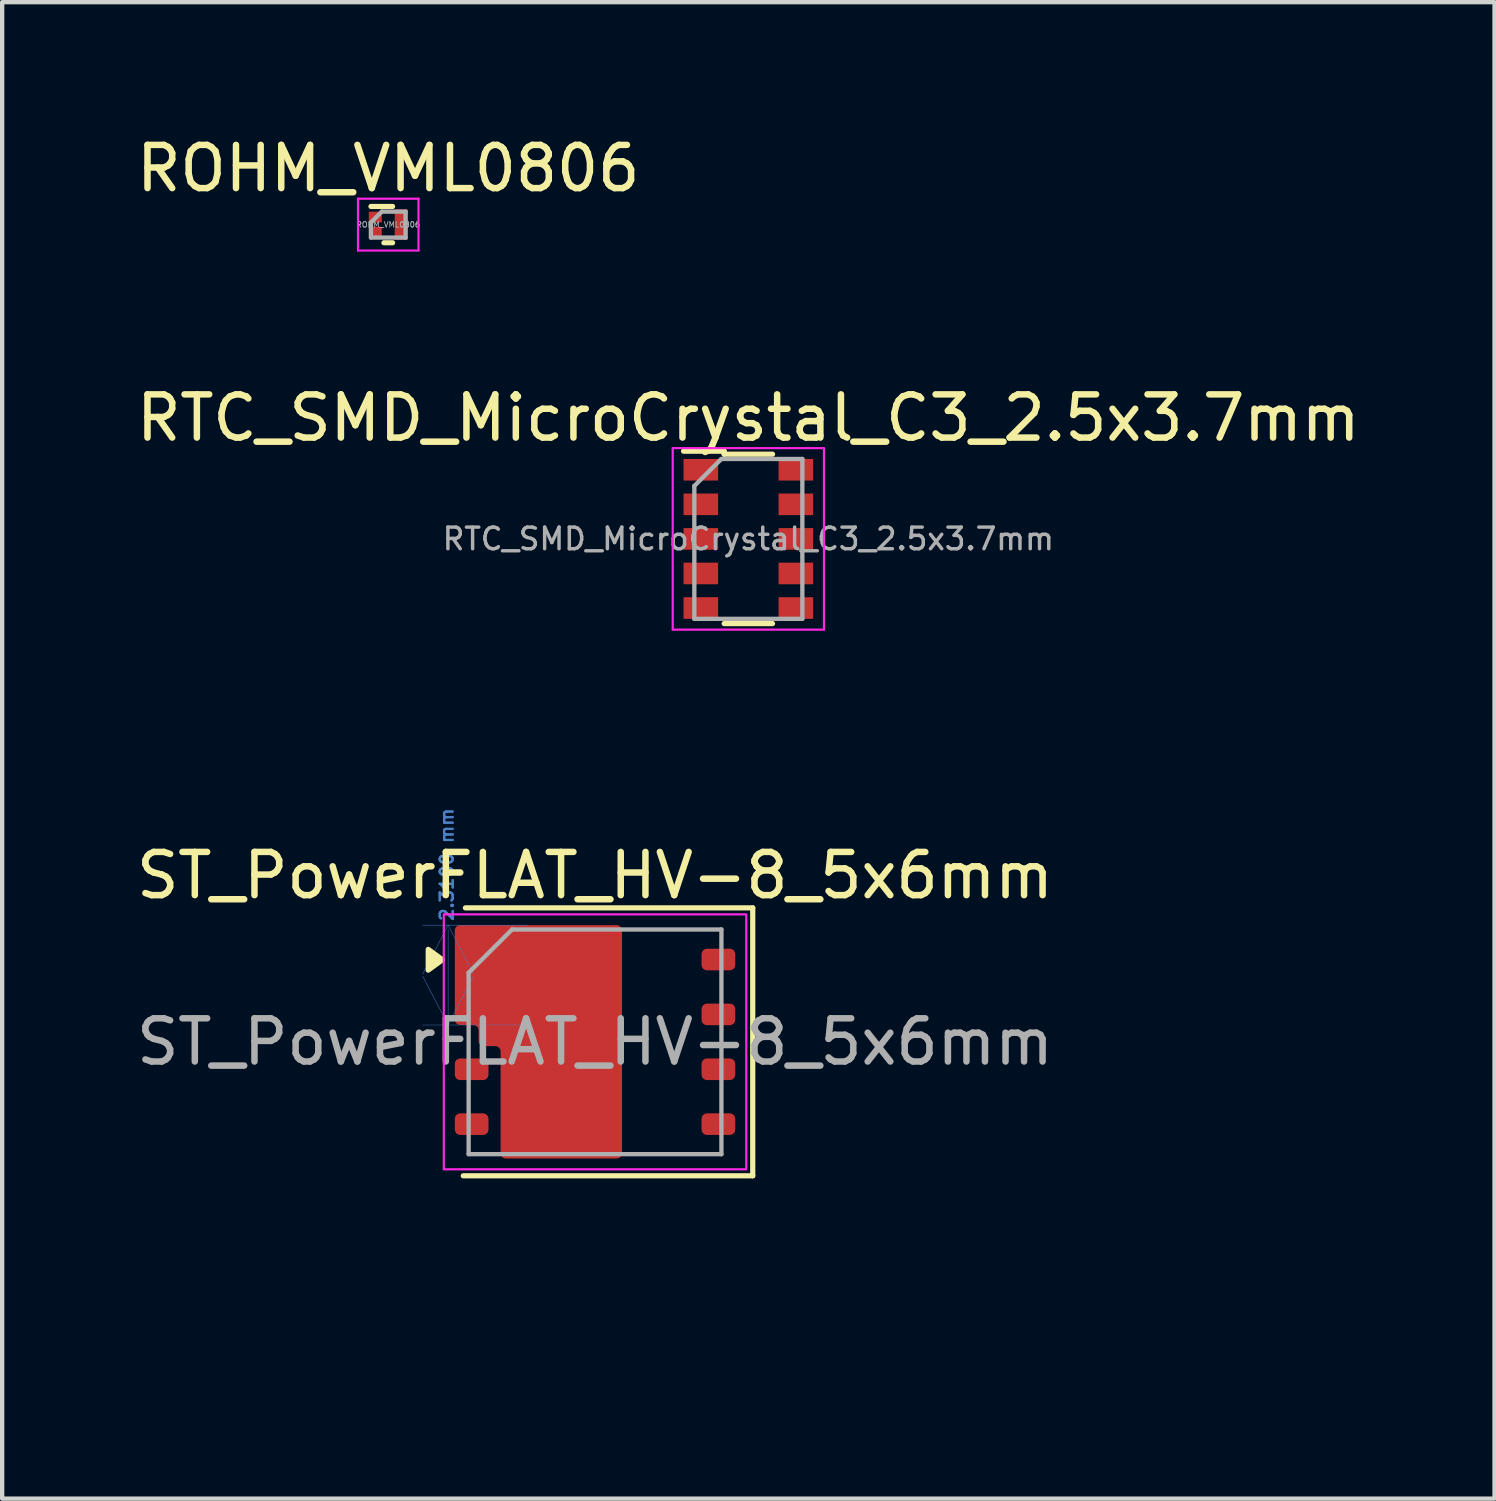
<source format=kicad_pcb>
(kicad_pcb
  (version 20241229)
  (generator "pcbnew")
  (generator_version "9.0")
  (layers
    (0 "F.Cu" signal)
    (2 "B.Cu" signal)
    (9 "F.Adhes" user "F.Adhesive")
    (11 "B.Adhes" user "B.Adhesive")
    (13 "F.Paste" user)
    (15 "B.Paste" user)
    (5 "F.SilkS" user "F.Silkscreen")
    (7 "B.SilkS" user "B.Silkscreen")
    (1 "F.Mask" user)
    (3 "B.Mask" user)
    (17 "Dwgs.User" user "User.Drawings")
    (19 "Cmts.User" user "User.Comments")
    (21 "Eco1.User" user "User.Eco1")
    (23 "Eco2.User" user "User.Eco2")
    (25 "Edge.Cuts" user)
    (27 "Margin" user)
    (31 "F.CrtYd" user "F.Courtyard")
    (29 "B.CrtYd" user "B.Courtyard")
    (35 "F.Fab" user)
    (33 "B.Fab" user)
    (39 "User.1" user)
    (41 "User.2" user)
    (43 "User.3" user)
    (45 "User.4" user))
  (footprint "ST_PowerFLAT_HV-8_5x6mm"
    (layer "F.Cu")
    (at 10.72 21.06)
    (property "Reference" "ST_PowerFLAT_HV-8_5x6mm" (at 0 -3.85 0) (unlocked yes) (layer "F.SilkS") (effects (font (size 1 1) (thickness 0.15))))
    (attr smd)
    (fp_line (start -3 -3.1) (end 3.65 -3.1) (stroke (width 0.12) (type default)) (layer "F.SilkS"))
    (fp_line (start 3.65 -3.1) (end 3.65 3.1) (stroke (width 0.12) (type default)) (layer "F.SilkS"))
    (fp_line (start 3.65 3.1) (end -3.05 3.1) (stroke (width 0.12) (type default)) (layer "F.SilkS"))
    (fp_poly (pts (xy -3.53 -1.9) (xy -3.86 -1.66) (xy -3.86 -2.14) (xy -3.53 -1.9)) (stroke (width 0.12) (type solid)) (fill yes) (layer "F.SilkS"))
    (fp_rect (start 3.5 -2.95) (end -3.5 2.95) (stroke (width 0.05) (type default)) (fill no) (layer "F.CrtYd"))
    (fp_line (start -2.925 -1.6) (end -2.925 2.6) (stroke (width 0.1) (type default)) (layer "F.Fab"))
    (fp_line (start -2.925 2.6) (end 2.925 2.6) (stroke (width 0.1) (type default)) (layer "F.Fab"))
    (fp_line (start -1.92 -2.6) (end -2.925 -1.6) (stroke (width 0.1) (type default)) (layer "F.Fab"))
    (fp_line (start 2.925 -2.6) (end -1.92 -2.6) (stroke (width 0.1) (type default)) (layer "F.Fab"))
    (fp_line (start 2.925 2.6) (end 2.925 -2.6) (stroke (width 0.1) (type default)) (layer "F.Fab"))
    (fp_text user "${REFERENCE}" (at 0 0 0) (unlocked yes) (layer "F.Fab") (effects (font (size 1 1) (thickness 0.15))))
    (dimension (type aligned) (layer "B.Cu") (pts (xy 9.67 18.36) (xy 9.67 20.67)) (height 2.35) (format (prefix "") (suffix "") (units 3) (units_format 1) (precision 4)) (style (thickness 0.01) (arrow_length 1.27) (text_position_mode 2) (arrow_direction outward) (extension_height 0.586) (extension_offset 0.5) (keep_text_aligned yes)) (gr_text "2.3100 mm" (at 7.29 16.96 90) (layer "B.Cu") (effects (font (size 0.3 0.3) (thickness 0.05)))))
    (dimension (type aligned) (layer "User.2") (pts (xy 13.185 22.715) (xy 13.965 22.715)) (height -4.755) (format (prefix "") (suffix "") (units 3) (units_format 1) (precision 4)) (style (thickness 0.01) (arrow_length 1.27) (text_position_mode 0) (arrow_direction outward) (extension_height 0.586) (extension_offset 0.5) (keep_text_aligned yes)) (gr_text "0.7800 mm" (at 13.575 17.61 0) (layer "User.2") (effects (font (size 0.3 0.3) (thickness 0.05)))))
    (dimension (type aligned) (layer "User.2") (pts (xy 13.185 22.715) (xy 13.185 23.215)) (height -3.335) (format (prefix "") (suffix "") (units 3) (units_format 1) (precision 4)) (style (thickness 0.01) (arrow_length 1.27) (text_position_mode 2) (arrow_direction outward) (extension_height 0.586) (extension_offset 0.5) (keep_text_aligned yes)) (gr_text "0.5000 mm" (at 17.68 22.9 90) (layer "User.2") (effects (font (size 0.3 0.3) (thickness 0.05)))))
    (dimension (type aligned) (layer "User.2") (pts (xy 8.255 22.715) (xy 8.255 21.945)) (height -1.105) (format (prefix "") (suffix "") (units 3) (units_format 1) (precision 4)) (style (thickness 0.01) (arrow_length 1.27) (text_position_mode 2) (arrow_direction outward) (extension_height 0.586) (extension_offset 0.5) (keep_text_aligned yes)) (gr_text "0.7700 mm" (at 6.31 22.32 90) (layer "User.2") (effects (font (size 0.3 0.3) (thickness 0.05)))))
    (dimension (type aligned) (layer "User.4") (pts (xy 7.795 23.66) (xy 13.645 23.66)) (height -8.5) (format (prefix "") (suffix "") (units 3) (units_format 1) (precision 4)) (style (thickness 0.01) (arrow_length 1.27) (text_position_mode 0) (arrow_direction outward) (extension_height 0.586) (extension_offset 0.5) (keep_text_aligned yes)) (gr_text "5.8500 mm" (at 10.72 14.81 0) (layer "User.4") (effects (font (size 0.3 0.3) (thickness 0.05)))))
    (dimension (type aligned) (layer "User.4") (pts (xy 13.645 18.46) (xy 13.645 23.66)) (height 8.825) (format (prefix "") (suffix "") (units 3) (units_format 1) (precision 4)) (style (thickness 0.01) (arrow_length 1.27) (text_position_mode 0) (arrow_direction outward) (extension_height 0.586) (extension_offset 0.5) (keep_text_aligned yes)) (gr_text "5.2000 mm" (at 4.47 21.06 90) (layer "User.4") (effects (font (size 0.3 0.3) (thickness 0.05)))))
    (dimension (type aligned) (layer "User.6") (pts (xy 8.24 23.08) (xy 8.52 23.08)) (height -5.52) (format (prefix "") (suffix "") (units 3) (units_format 1) (precision 4)) (style (thickness 0.01) (arrow_length 1.27) (text_position_mode 2) (arrow_direction outward) (extension_height 0.586) (extension_offset 0.5) (keep_text_aligned yes)) (gr_text "0.2800 mm" (at 9.95 17.54 0) (layer "User.6") (effects (font (size 0.3 0.3) (thickness 0.05)))))
    (dimension (type aligned) (layer "User.6") (pts (xy 8.03 20.9) (xy 11.35 20.9)) (height 0) (format (prefix "") (suffix "") (units 3) (units_format 1) (precision 4)) (style (thickness 0.01) (arrow_length 1.27) (text_position_mode 2) (arrow_direction outward) (extension_height 0.586) (extension_offset 0.5) (keep_text_aligned yes)) (gr_text "3.3200 mm" (at 9.87 21.17 0) (layer "User.6") (effects (font (size 0.3 0.3) (thickness 0.05)))))
    (dimension (type aligned) (layer "User.6") (pts (xy 7.61 21.44) (xy 7.6 18.36)) (height 0) (format (prefix "") (suffix "") (units 3) (units_format 1) (precision 4)) (style (thickness 0.01) (arrow_length 1.27) (text_position_mode 2) (arrow_direction outward) (extension_height 0.586) (extension_offset 0.5) (keep_text_aligned yes)) (gr_text "3.0800 mm" (at 7.74 16.93 -89.814) (layer "User.6") (effects (font (size 0.3 0.3) (thickness 0.05)))))
    (dimension (type aligned) (layer "User.6") (pts (xy 11.345 18.485) (xy 7.475 18.485)) (height -9.555) (format (prefix "") (suffix "") (units 3) (units_format 1) (precision 4)) (style (thickness 0.01) (arrow_length 1.27) (text_position_mode 2) (arrow_direction outward) (extension_height 0.586) (extension_offset 0.5) (keep_text_aligned yes)) (gr_text "3.8700 mm" (at 12.76 28.04 0) (layer "User.6") (effects (font (size 0.3 0.3) (thickness 0.05)))))
    (dimension (type aligned) (layer "User.6") (pts (xy 11.34 23.09) (xy 13.18 23.09)) (height -3.82) (format (prefix "") (suffix "") (units 3) (units_format 1) (precision 4)) (style (thickness 0.01) (arrow_length 1.27) (text_position_mode 2) (arrow_direction outward) (extension_height 0.586) (extension_offset 0.5) (keep_text_aligned yes)) (gr_text "1.8400 mm" (at 12.58 19.49 0) (layer "User.6") (effects (font (size 0.3 0.3) (thickness 0.05)))))
    (dimension (type aligned) (layer "User.6") (pts (xy 8.535 22.98) (xy 11.345 22.98)) (height 2.495) (format (prefix "") (suffix "") (units 3) (units_format 1) (precision 4)) (style (thickness 0.01) (arrow_length 1.27) (text_position_mode 2) (arrow_direction outward) (extension_height 0.586) (extension_offset 0.5) (keep_text_aligned yes)) (gr_text "2.8100 mm" (at 12.72 24.99 0) (layer "User.6") (effects (font (size 0.3 0.3) (thickness 0.05)))))
    (dimension (type aligned) (layer "User.6") (pts (xy 9.22 21.16) (xy 9.22 18.36)) (height -2.73) (format (prefix "") (suffix "") (units 3) (units_format 1) (precision 4)) (style (thickness 0.01) (arrow_length 1.27) (text_position_mode 2) (arrow_direction outward) (extension_height 0.586) (extension_offset 0.5) (keep_text_aligned yes)) (gr_text "2.8000 mm" (at 6.52 17.01 90) (layer "User.6") (effects (font (size 0.3 0.3) (thickness 0.05)))))
    (pad "1" smd custom (at -0.78 0) (size 2.81 4.9) (layers "F.Cu" "F.Mask" "F.Paste") (options (anchor rect)) (primitives (gr_poly (pts (arc (start -2.34 -2.7) (mid -2.428388 -2.663388) (end -2.465 -2.575)) (arc (start -2.465 -0.515) (mid -2.428388 -0.426612) (end -2.34 -0.39)) (arc (start -2.04 -0.39) (mid -1.951612 -0.353388) (end -1.915 -0.265)) (arc (start -1.915 -0.025) (mid -1.878388 0.063388) (end -1.79 0.1)) (arc (start -1.53 0.1) (mid -1.441612 0.136612) (end -1.405 0.225)) (arc (start -1.405 2.575) (mid -1.368388 2.663388) (end -1.28 2.7)) (arc (start 1.28 2.7) (mid 1.368388 2.663388) (end 1.405 2.575)) (arc (start 1.405 -2.575) (mid 1.368388 -2.663388) (end 1.28 -2.7))) (width 0) (fill yes))))
    (pad "3" smd roundrect (at -2.855 0.635) (size 0.78 0.5) (layers "F.Cu" "F.Mask" "F.Paste") (roundrect_rratio 0.25))
    (pad "4" smd roundrect (at -2.855 1.905) (size 0.78 0.5) (layers "F.Cu" "F.Mask" "F.Paste") (roundrect_rratio 0.25))
    (pad "5" smd roundrect (at 2.855 1.905) (size 0.78 0.5) (layers "F.Cu" "F.Mask" "F.Paste") (roundrect_rratio 0.25))
    (pad "6" smd roundrect (at 2.855 0.635) (size 0.78 0.5) (layers "F.Cu" "F.Mask" "F.Paste") (roundrect_rratio 0.25))
    (pad "7" smd roundrect (at 2.855 -0.635) (size 0.78 0.5) (layers "F.Cu" "F.Mask" "F.Paste") (roundrect_rratio 0.25))
    (pad "8" smd roundrect (at 2.855 -1.905) (size 0.78 0.5) (layers "F.Cu" "F.Mask" "F.Paste") (roundrect_rratio 0.25)))
  (footprint "RTC_SMD_MicroCrystal_C3_2.5x3.7mm"
    (layer "F.Cu")
    (at 14.268 9.421)
    (property "Reference" "RTC_SMD_MicroCrystal_C3_2.5x3.7mm" (at 0 -2.8 0) (layer "F.SilkS") (effects (font (size 1 1) (thickness 0.15))))
    (attr smd)
    (fp_line (start -1.5 -2.03) (end -0.56 -2.03) (stroke (width 0.12) (type solid)) (layer "F.SilkS"))
    (fp_line (start -0.56 -2.03) (end -0.56 -1.96) (stroke (width 0.12) (type solid)) (layer "F.SilkS"))
    (fp_line (start -0.56 -1.96) (end 0.56 -1.96) (stroke (width 0.12) (type solid)) (layer "F.SilkS"))
    (fp_line (start -0.56 1.96) (end 0.56 1.96) (stroke (width 0.12) (type solid)) (layer "F.SilkS"))
    (fp_line (start -1.75 -2.1) (end -1.75 2.1) (stroke (width 0.05) (type solid)) (layer "F.CrtYd"))
    (fp_line (start -1.75 -2.1) (end 1.75 -2.1) (stroke (width 0.05) (type solid)) (layer "F.CrtYd"))
    (fp_line (start -1.75 2.1) (end 1.75 2.1) (stroke (width 0.05) (type solid)) (layer "F.CrtYd"))
    (fp_line (start 1.75 -2.1) (end 1.75 2.1) (stroke (width 0.05) (type solid)) (layer "F.CrtYd"))
    (fp_line (start -1.25 -1.225) (end -1.25 1.85) (stroke (width 0.1) (type solid)) (layer "F.Fab"))
    (fp_line (start -1.25 1.85) (end 1.25 1.85) (stroke (width 0.1) (type solid)) (layer "F.Fab"))
    (fp_line (start -0.625 -1.85) (end -1.25 -1.225) (stroke (width 0.1) (type solid)) (layer "F.Fab"))
    (fp_line (start -0.625 -1.85) (end 1.25 -1.85) (stroke (width 0.1) (type solid)) (layer "F.Fab"))
    (fp_line (start 1.25 -1.85) (end 1.25 1.85) (stroke (width 0.1) (type solid)) (layer "F.Fab"))
    (fp_text user "${REFERENCE}" (at 0 0 0) (layer "F.Fab") (effects (font (size 0.5 0.5) (thickness 0.08))))
    (pad "1" smd rect (at -1.1 -1.6) (size 0.8 0.5) (layers "F.Cu" "F.Mask" "F.Paste"))
    (pad "2" smd rect (at -1.1 -0.8) (size 0.8 0.5) (layers "F.Cu" "F.Mask" "F.Paste"))
    (pad "3" smd rect (at -1.1 0) (size 0.8 0.5) (layers "F.Cu" "F.Mask" "F.Paste"))
    (pad "4" smd rect (at -1.1 0.8) (size 0.8 0.5) (layers "F.Cu" "F.Mask" "F.Paste"))
    (pad "5" smd rect (at -1.1 1.6) (size 0.8 0.5) (layers "F.Cu" "F.Mask" "F.Paste"))
    (pad "6" smd rect (at 1.1 1.6) (size 0.8 0.5) (layers "F.Cu" "F.Mask" "F.Paste"))
    (pad "7" smd rect (at 1.1 0.8) (size 0.8 0.5) (layers "F.Cu" "F.Mask" "F.Paste"))
    (pad "8" smd rect (at 1.1 0) (size 0.8 0.5) (layers "F.Cu" "F.Mask" "F.Paste"))
    (pad "9" smd rect (at 1.1 -0.8) (size 0.8 0.5) (layers "F.Cu" "F.Mask" "F.Paste"))
    (pad "10" smd rect (at 1.1 -1.6) (size 0.8 0.5) (layers "F.Cu" "F.Mask" "F.Paste")))
  (footprint "ROHM_VML0806"
    (layer "F.Cu")
    (at 5.935 2.148)
    (property "Reference" "ROHM_VML0806" (at 0 -1.3 0) (layer "F.SilkS") (effects (font (size 1 1) (thickness 0.15))))
    (attr smd)
    (fp_line (start 0.1 -0.42) (end -0.4 -0.42) (stroke (width 0.12) (type solid)) (layer "F.SilkS"))
    (fp_line (start 0.1 0.42) (end -0.1 0.42) (stroke (width 0.12) (type solid)) (layer "F.SilkS"))
    (fp_line (start -0.7 -0.6) (end 0.7 -0.6) (stroke (width 0.05) (type solid)) (layer "F.CrtYd"))
    (fp_line (start -0.7 0.6) (end -0.7 -0.6) (stroke (width 0.05) (type solid)) (layer "F.CrtYd"))
    (fp_line (start 0.7 -0.6) (end 0.7 0.6) (stroke (width 0.05) (type solid)) (layer "F.CrtYd"))
    (fp_line (start 0.7 0.6) (end -0.7 0.6) (stroke (width 0.05) (type solid)) (layer "F.CrtYd"))
    (fp_line (start -0.4 0.3) (end -0.4 -0.05) (stroke (width 0.1) (type solid)) (layer "F.Fab"))
    (fp_line (start -0.15 -0.3) (end -0.4 -0.05) (stroke (width 0.1) (type solid)) (layer "F.Fab"))
    (fp_line (start -0.15 -0.3) (end 0.4 -0.3) (stroke (width 0.1) (type solid)) (layer "F.Fab"))
    (fp_line (start 0.4 -0.3) (end 0.4 0.3) (stroke (width 0.1) (type solid)) (layer "F.Fab"))
    (fp_line (start 0.4 0.3) (end -0.4 0.3) (stroke (width 0.1) (type solid)) (layer "F.Fab"))
    (fp_text user "${REFERENCE}" (at 0 0 0) (layer "F.Fab") (effects (font (size 0.127 0.127) (thickness 0.02))))
    (pad "1" smd rect (at -0.3 -0.175) (size 0.3 0.25) (layers "F.Cu" "F.Mask" "F.Paste"))
    (pad "2" smd rect (at -0.3 0.175) (size 0.3 0.25) (layers "F.Cu" "F.Mask" "F.Paste"))
    (pad "3" smd rect (at 0.3 0) (size 0.3 0.7) (layers "F.Cu" "F.Mask" "F.Paste")))
  (gr_rect
    (start -3 -3)
    (end 31.536 31.631)
    (stroke (width 0.1) (type default))
    (fill no)
    (layer "Edge.Cuts")))
</source>
